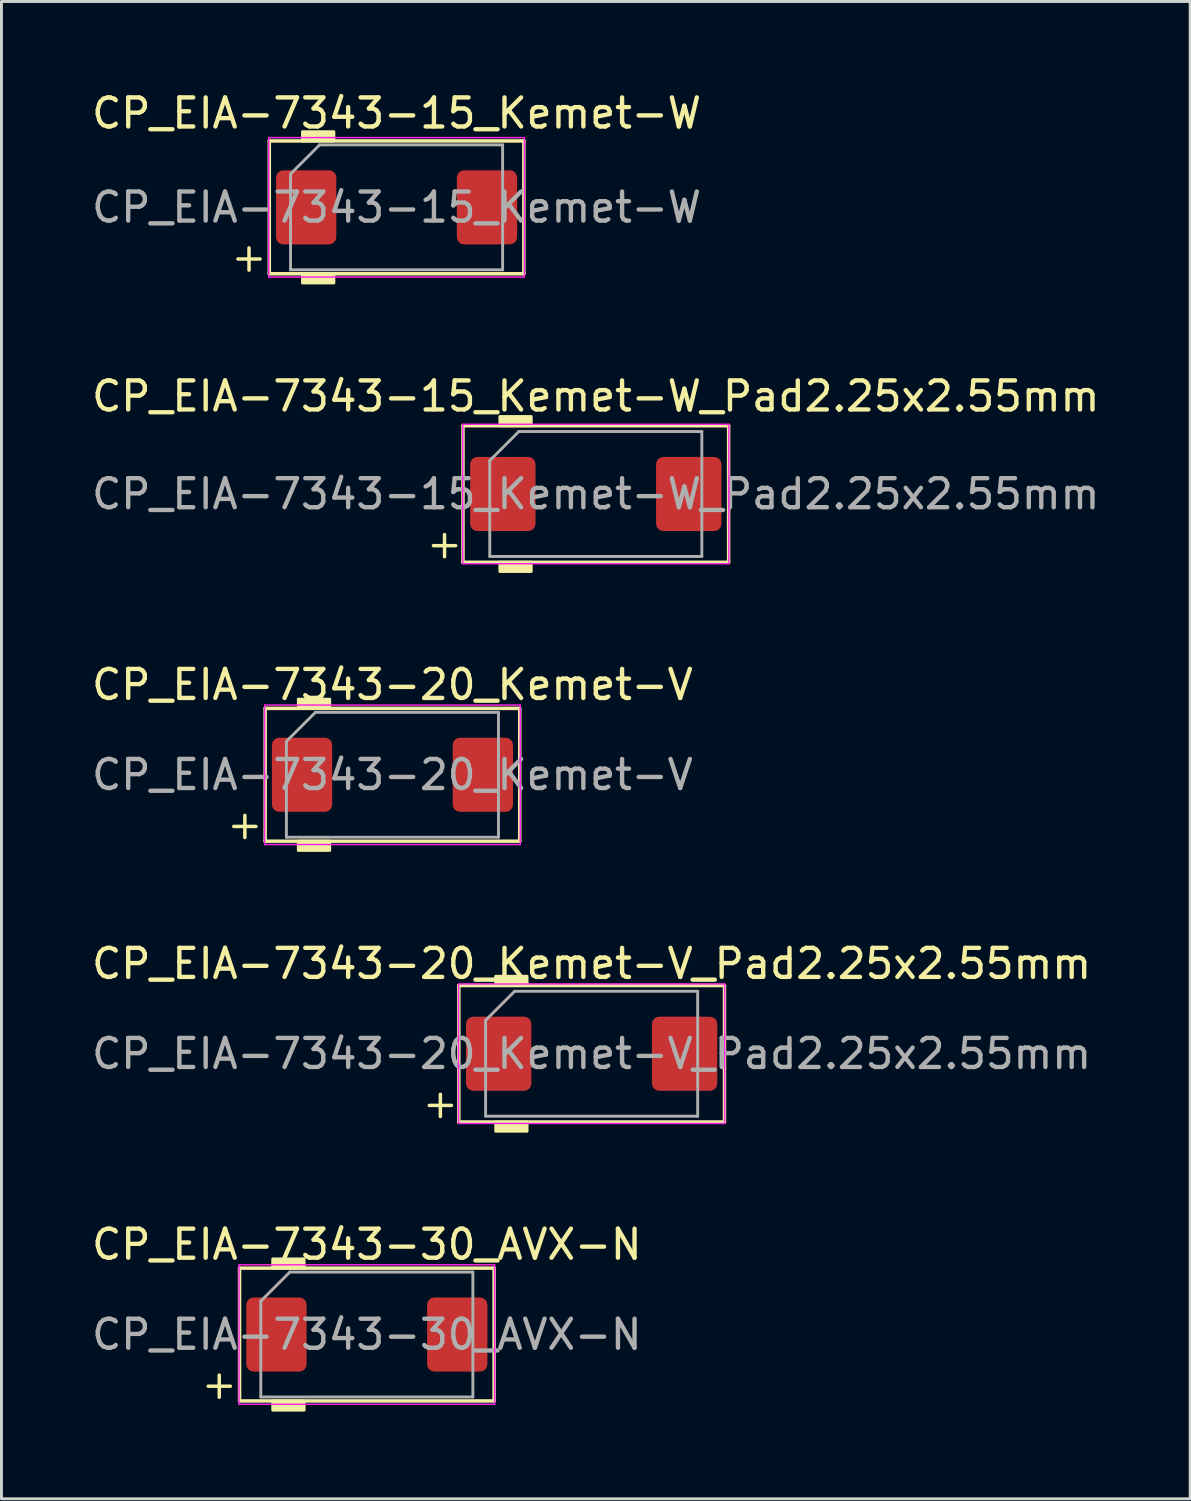
<source format=kicad_pcb>
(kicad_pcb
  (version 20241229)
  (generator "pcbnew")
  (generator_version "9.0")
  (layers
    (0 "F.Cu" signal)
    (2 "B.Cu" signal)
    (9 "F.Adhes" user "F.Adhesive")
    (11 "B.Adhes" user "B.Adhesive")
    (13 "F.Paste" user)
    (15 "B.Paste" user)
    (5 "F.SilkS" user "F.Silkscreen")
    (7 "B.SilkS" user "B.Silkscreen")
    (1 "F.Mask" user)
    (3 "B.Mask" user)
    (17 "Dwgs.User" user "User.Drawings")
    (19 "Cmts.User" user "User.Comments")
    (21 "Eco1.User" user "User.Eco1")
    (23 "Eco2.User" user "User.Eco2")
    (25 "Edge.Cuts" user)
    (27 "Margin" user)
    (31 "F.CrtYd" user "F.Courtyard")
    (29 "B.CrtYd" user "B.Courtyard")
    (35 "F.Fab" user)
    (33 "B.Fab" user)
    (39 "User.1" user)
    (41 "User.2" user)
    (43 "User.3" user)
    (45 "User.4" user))
  (footprint "CP_EIA-7343-30_AVX-N"
    (layer "F.Cu")
    (at 9.577 42.886)
    (property "Reference" "CP_EIA-7343-30_AVX-N" (at 0 -3.1 0) (layer "F.SilkS") (effects (font (size 1 1) (thickness 0.15))))
    (attr smd)
    (fp_line (start -5.461 1.778) (end -4.699 1.778) (stroke (width 0.12) (type solid)) (layer "F.SilkS"))
    (fp_line (start -5.08 1.397) (end -5.08 2.159) (stroke (width 0.12) (type solid)) (layer "F.SilkS"))
    (fp_line (start -4.381 -2.286) (end -4.381 2.286) (stroke (width 0.12) (type solid)) (layer "F.SilkS"))
    (fp_line (start -4.381 2.286) (end 4.381 2.286) (stroke (width 0.12) (type solid)) (layer "F.SilkS"))
    (fp_line (start 4.381 -2.286) (end -4.381 -2.286) (stroke (width 0.12) (type solid)) (layer "F.SilkS"))
    (fp_line (start 4.381 2.286) (end 4.381 -2.286) (stroke (width 0.12) (type solid)) (layer "F.SilkS"))
    (fp_poly (pts (xy -2.159 -2.286) (xy -3.239 -2.286) (xy -3.239 -2.603) (xy -2.159 -2.603)) (stroke (width 0.1) (type solid)) (fill yes) (layer "F.SilkS"))
    (fp_poly (pts (xy -2.159 2.603) (xy -3.239 2.603) (xy -3.239 2.286) (xy -2.159 2.286)) (stroke (width 0.1) (type solid)) (fill yes) (layer "F.SilkS"))
    (fp_line (start -4.4 -2.4) (end 4.4 -2.4) (stroke (width 0.05) (type solid)) (layer "F.CrtYd"))
    (fp_line (start -4.4 2.4) (end -4.4 -2.4) (stroke (width 0.05) (type solid)) (layer "F.CrtYd"))
    (fp_line (start 4.4 -2.4) (end 4.4 2.4) (stroke (width 0.05) (type solid)) (layer "F.CrtYd"))
    (fp_line (start 4.4 2.4) (end -4.4 2.4) (stroke (width 0.05) (type solid)) (layer "F.CrtYd"))
    (fp_line (start -3.65 -1.15) (end -3.65 2.15) (stroke (width 0.1) (type solid)) (layer "F.Fab"))
    (fp_line (start -3.65 2.15) (end 3.65 2.15) (stroke (width 0.1) (type solid)) (layer "F.Fab"))
    (fp_line (start -2.65 -2.15) (end -3.65 -1.15) (stroke (width 0.1) (type solid)) (layer "F.Fab"))
    (fp_line (start 3.65 -2.15) (end -2.65 -2.15) (stroke (width 0.1) (type solid)) (layer "F.Fab"))
    (fp_line (start 3.65 2.15) (end 3.65 -2.15) (stroke (width 0.1) (type solid)) (layer "F.Fab"))
    (fp_text user "${REFERENCE}" (at 0 0 0) (layer "F.Fab") (effects (font (size 1 1) (thickness 0.15))))
    (pad "1" smd roundrect (at -3.112 0) (size 2.075 2.55) (layers "F.Cu" "F.Mask" "F.Paste") (roundrect_rratio 0.12))
    (pad "2" smd roundrect (at 3.112 0) (size 2.075 2.55) (layers "F.Cu" "F.Mask" "F.Paste") (roundrect_rratio 0.12)))
  (footprint "CP_EIA-7343-20_Kemet-V_Pad2.25x2.55mm"
    (layer "F.Cu")
    (at 17.315 33.221)
    (property "Reference" "CP_EIA-7343-20_Kemet-V_Pad2.25x2.55mm" (at 0 -3.1 0) (layer "F.SilkS") (effects (font (size 1 1) (thickness 0.15))))
    (attr smd)
    (fp_line (start -5.588 1.778) (end -4.826 1.778) (stroke (width 0.12) (type solid)) (layer "F.SilkS"))
    (fp_line (start -5.207 1.397) (end -5.207 2.159) (stroke (width 0.12) (type solid)) (layer "F.SilkS"))
    (fp_line (start -4.572 -2.349) (end -4.572 2.349) (stroke (width 0.12) (type solid)) (layer "F.SilkS"))
    (fp_line (start -4.572 2.349) (end 4.572 2.349) (stroke (width 0.12) (type solid)) (layer "F.SilkS"))
    (fp_line (start 4.572 -2.349) (end -4.572 -2.349) (stroke (width 0.12) (type solid)) (layer "F.SilkS"))
    (fp_line (start 4.572 2.349) (end 4.572 -2.349) (stroke (width 0.12) (type solid)) (layer "F.SilkS"))
    (fp_poly (pts (xy -2.223 -2.349) (xy -3.302 -2.349) (xy -3.302 -2.667) (xy -2.223 -2.667)) (stroke (width 0.1) (type solid)) (fill yes) (layer "F.SilkS"))
    (fp_poly (pts (xy -2.223 2.667) (xy -3.302 2.667) (xy -3.302 2.349) (xy -2.223 2.349)) (stroke (width 0.1) (type solid)) (fill yes) (layer "F.SilkS"))
    (fp_line (start -4.58 -2.4) (end 4.58 -2.4) (stroke (width 0.05) (type solid)) (layer "F.CrtYd"))
    (fp_line (start -4.58 2.4) (end -4.58 -2.4) (stroke (width 0.05) (type solid)) (layer "F.CrtYd"))
    (fp_line (start 4.58 -2.4) (end 4.58 2.4) (stroke (width 0.05) (type solid)) (layer "F.CrtYd"))
    (fp_line (start 4.58 2.4) (end -4.58 2.4) (stroke (width 0.05) (type solid)) (layer "F.CrtYd"))
    (fp_line (start -3.65 -1.15) (end -3.65 2.15) (stroke (width 0.1) (type solid)) (layer "F.Fab"))
    (fp_line (start -3.65 2.15) (end 3.65 2.15) (stroke (width 0.1) (type solid)) (layer "F.Fab"))
    (fp_line (start -2.65 -2.15) (end -3.65 -1.15) (stroke (width 0.1) (type solid)) (layer "F.Fab"))
    (fp_line (start 3.65 -2.15) (end -2.65 -2.15) (stroke (width 0.1) (type solid)) (layer "F.Fab"))
    (fp_line (start 3.65 2.15) (end 3.65 -2.15) (stroke (width 0.1) (type solid)) (layer "F.Fab"))
    (fp_text user "${REFERENCE}" (at 0 0 0) (layer "F.Fab") (effects (font (size 1 1) (thickness 0.15))))
    (pad "1" smd roundrect (at -3.2 0) (size 2.25 2.55) (layers "F.Cu" "F.Mask" "F.Paste") (roundrect_rratio 0.111))
    (pad "2" smd roundrect (at 3.2 0) (size 2.25 2.55) (layers "F.Cu" "F.Mask" "F.Paste") (roundrect_rratio 0.111)))
  (footprint "CP_EIA-7343-15_Kemet-W_Pad2.25x2.55mm"
    (layer "F.Cu")
    (at 17.458 13.954)
    (property "Reference" "CP_EIA-7343-15_Kemet-W_Pad2.25x2.55mm" (at 0 -3.365 0) (layer "F.SilkS") (effects (font (size 1 1) (thickness 0.15))))
    (attr smd)
    (fp_line (start -5.588 1.778) (end -4.826 1.778) (stroke (width 0.12) (type solid)) (layer "F.SilkS"))
    (fp_line (start -5.207 1.397) (end -5.207 2.159) (stroke (width 0.12) (type solid)) (layer "F.SilkS"))
    (fp_line (start -4.572 -2.349) (end -4.572 2.349) (stroke (width 0.12) (type solid)) (layer "F.SilkS"))
    (fp_line (start -4.572 2.349) (end 4.572 2.349) (stroke (width 0.12) (type solid)) (layer "F.SilkS"))
    (fp_line (start 4.572 -2.349) (end -4.572 -2.349) (stroke (width 0.12) (type solid)) (layer "F.SilkS"))
    (fp_line (start 4.572 2.349) (end 4.572 -2.349) (stroke (width 0.12) (type solid)) (layer "F.SilkS"))
    (fp_poly (pts (xy -2.223 -2.349) (xy -3.302 -2.349) (xy -3.302 -2.667) (xy -2.223 -2.667)) (stroke (width 0.1) (type solid)) (fill yes) (layer "F.SilkS"))
    (fp_poly (pts (xy -2.223 2.667) (xy -3.302 2.667) (xy -3.302 2.349) (xy -2.223 2.349)) (stroke (width 0.1) (type solid)) (fill yes) (layer "F.SilkS"))
    (fp_line (start -4.58 -2.4) (end 4.58 -2.4) (stroke (width 0.05) (type solid)) (layer "F.CrtYd"))
    (fp_line (start -4.58 2.4) (end -4.58 -2.4) (stroke (width 0.05) (type solid)) (layer "F.CrtYd"))
    (fp_line (start 4.58 -2.4) (end 4.58 2.4) (stroke (width 0.05) (type solid)) (layer "F.CrtYd"))
    (fp_line (start 4.58 2.4) (end -4.58 2.4) (stroke (width 0.05) (type solid)) (layer "F.CrtYd"))
    (fp_line (start -3.65 -1.15) (end -3.65 2.15) (stroke (width 0.1) (type solid)) (layer "F.Fab"))
    (fp_line (start -3.65 2.15) (end 3.65 2.15) (stroke (width 0.1) (type solid)) (layer "F.Fab"))
    (fp_line (start -2.65 -2.15) (end -3.65 -1.15) (stroke (width 0.1) (type solid)) (layer "F.Fab"))
    (fp_line (start 3.65 -2.15) (end -2.65 -2.15) (stroke (width 0.1) (type solid)) (layer "F.Fab"))
    (fp_line (start 3.65 2.15) (end 3.65 -2.15) (stroke (width 0.1) (type solid)) (layer "F.Fab"))
    (fp_text user "${REFERENCE}" (at 0 0 0) (layer "F.Fab") (effects (font (size 1 1) (thickness 0.15))))
    (pad "1" smd roundrect (at -3.2 0) (size 2.25 2.55) (layers "F.Cu" "F.Mask" "F.Paste") (roundrect_rratio 0.111))
    (pad "2" smd roundrect (at 3.2 0) (size 2.25 2.55) (layers "F.Cu" "F.Mask" "F.Paste") (roundrect_rratio 0.111)))
  (footprint "CP_EIA-7343-15_Kemet-W"
    (layer "F.Cu")
    (at 10.601 4.087)
    (property "Reference" "CP_EIA-7343-15_Kemet-W" (at 0 -3.239 0) (layer "F.SilkS") (effects (font (size 1 1) (thickness 0.15))))
    (attr smd)
    (fp_line (start -5.461 1.778) (end -4.699 1.778) (stroke (width 0.12) (type solid)) (layer "F.SilkS"))
    (fp_line (start -5.08 1.397) (end -5.08 2.159) (stroke (width 0.12) (type solid)) (layer "F.SilkS"))
    (fp_line (start -4.381 -2.286) (end -4.381 2.286) (stroke (width 0.12) (type solid)) (layer "F.SilkS"))
    (fp_line (start -4.381 2.286) (end 4.381 2.286) (stroke (width 0.12) (type solid)) (layer "F.SilkS"))
    (fp_line (start 4.381 -2.286) (end -4.381 -2.286) (stroke (width 0.12) (type solid)) (layer "F.SilkS"))
    (fp_line (start 4.381 2.286) (end 4.381 -2.286) (stroke (width 0.12) (type solid)) (layer "F.SilkS"))
    (fp_poly (pts (xy -2.159 -2.286) (xy -3.239 -2.286) (xy -3.239 -2.603) (xy -2.159 -2.603)) (stroke (width 0.1) (type solid)) (fill yes) (layer "F.SilkS"))
    (fp_poly (pts (xy -2.159 2.603) (xy -3.239 2.603) (xy -3.239 2.286) (xy -2.159 2.286)) (stroke (width 0.1) (type solid)) (fill yes) (layer "F.SilkS"))
    (fp_line (start -4.4 -2.4) (end 4.4 -2.4) (stroke (width 0.05) (type solid)) (layer "F.CrtYd"))
    (fp_line (start -4.4 2.4) (end -4.4 -2.4) (stroke (width 0.05) (type solid)) (layer "F.CrtYd"))
    (fp_line (start 4.4 -2.4) (end 4.4 2.4) (stroke (width 0.05) (type solid)) (layer "F.CrtYd"))
    (fp_line (start 4.4 2.4) (end -4.4 2.4) (stroke (width 0.05) (type solid)) (layer "F.CrtYd"))
    (fp_line (start -3.65 -1.15) (end -3.65 2.15) (stroke (width 0.1) (type solid)) (layer "F.Fab"))
    (fp_line (start -3.65 2.15) (end 3.65 2.15) (stroke (width 0.1) (type solid)) (layer "F.Fab"))
    (fp_line (start -2.65 -2.15) (end -3.65 -1.15) (stroke (width 0.1) (type solid)) (layer "F.Fab"))
    (fp_line (start 3.65 -2.15) (end -2.65 -2.15) (stroke (width 0.1) (type solid)) (layer "F.Fab"))
    (fp_line (start 3.65 2.15) (end 3.65 -2.15) (stroke (width 0.1) (type solid)) (layer "F.Fab"))
    (fp_text user "${REFERENCE}" (at 0 0 0) (layer "F.Fab") (effects (font (size 1 1) (thickness 0.15))))
    (pad "1" smd roundrect (at -3.112 0) (size 2.075 2.55) (layers "F.Cu" "F.Mask" "F.Paste") (roundrect_rratio 0.12))
    (pad "2" smd roundrect (at 3.112 0) (size 2.075 2.55) (layers "F.Cu" "F.Mask" "F.Paste") (roundrect_rratio 0.12)))
  (footprint "CP_EIA-7343-20_Kemet-V"
    (layer "F.Cu")
    (at 10.458 23.619)
    (property "Reference" "CP_EIA-7343-20_Kemet-V" (at 0 -3.1 0) (layer "F.SilkS") (effects (font (size 1 1) (thickness 0.15))))
    (attr smd)
    (fp_line (start -5.461 1.778) (end -4.699 1.778) (stroke (width 0.12) (type solid)) (layer "F.SilkS"))
    (fp_line (start -5.08 1.397) (end -5.08 2.159) (stroke (width 0.12) (type solid)) (layer "F.SilkS"))
    (fp_line (start -4.381 -2.286) (end -4.381 2.286) (stroke (width 0.12) (type solid)) (layer "F.SilkS"))
    (fp_line (start -4.381 2.286) (end 4.381 2.286) (stroke (width 0.12) (type solid)) (layer "F.SilkS"))
    (fp_line (start 4.381 -2.286) (end -4.381 -2.286) (stroke (width 0.12) (type solid)) (layer "F.SilkS"))
    (fp_line (start 4.381 2.286) (end 4.381 -2.286) (stroke (width 0.12) (type solid)) (layer "F.SilkS"))
    (fp_poly (pts (xy -2.159 -2.286) (xy -3.239 -2.286) (xy -3.239 -2.603) (xy -2.159 -2.603)) (stroke (width 0.1) (type solid)) (fill yes) (layer "F.SilkS"))
    (fp_poly (pts (xy -2.159 2.603) (xy -3.239 2.603) (xy -3.239 2.286) (xy -2.159 2.286)) (stroke (width 0.1) (type solid)) (fill yes) (layer "F.SilkS"))
    (fp_line (start -4.4 -2.4) (end 4.4 -2.4) (stroke (width 0.05) (type solid)) (layer "F.CrtYd"))
    (fp_line (start -4.4 2.4) (end -4.4 -2.4) (stroke (width 0.05) (type solid)) (layer "F.CrtYd"))
    (fp_line (start 4.4 -2.4) (end 4.4 2.4) (stroke (width 0.05) (type solid)) (layer "F.CrtYd"))
    (fp_line (start 4.4 2.4) (end -4.4 2.4) (stroke (width 0.05) (type solid)) (layer "F.CrtYd"))
    (fp_line (start -3.65 -1.15) (end -3.65 2.15) (stroke (width 0.1) (type solid)) (layer "F.Fab"))
    (fp_line (start -3.65 2.15) (end 3.65 2.15) (stroke (width 0.1) (type solid)) (layer "F.Fab"))
    (fp_line (start -2.65 -2.15) (end -3.65 -1.15) (stroke (width 0.1) (type solid)) (layer "F.Fab"))
    (fp_line (start 3.65 -2.15) (end -2.65 -2.15) (stroke (width 0.1) (type solid)) (layer "F.Fab"))
    (fp_line (start 3.65 2.15) (end 3.65 -2.15) (stroke (width 0.1) (type solid)) (layer "F.Fab"))
    (fp_text user "${REFERENCE}" (at 0 0 0) (layer "F.Fab") (effects (font (size 1 1) (thickness 0.15))))
    (pad "1" smd roundrect (at -3.112 0) (size 2.075 2.55) (layers "F.Cu" "F.Mask" "F.Paste") (roundrect_rratio 0.12))
    (pad "2" smd roundrect (at 3.112 0) (size 2.075 2.55) (layers "F.Cu" "F.Mask" "F.Paste") (roundrect_rratio 0.12)))
  (gr_rect
    (start -3 -3)
    (end 37.917 48.54)
    (stroke (width 0.1) (type default))
    (fill no)
    (layer "Edge.Cuts")))
</source>
